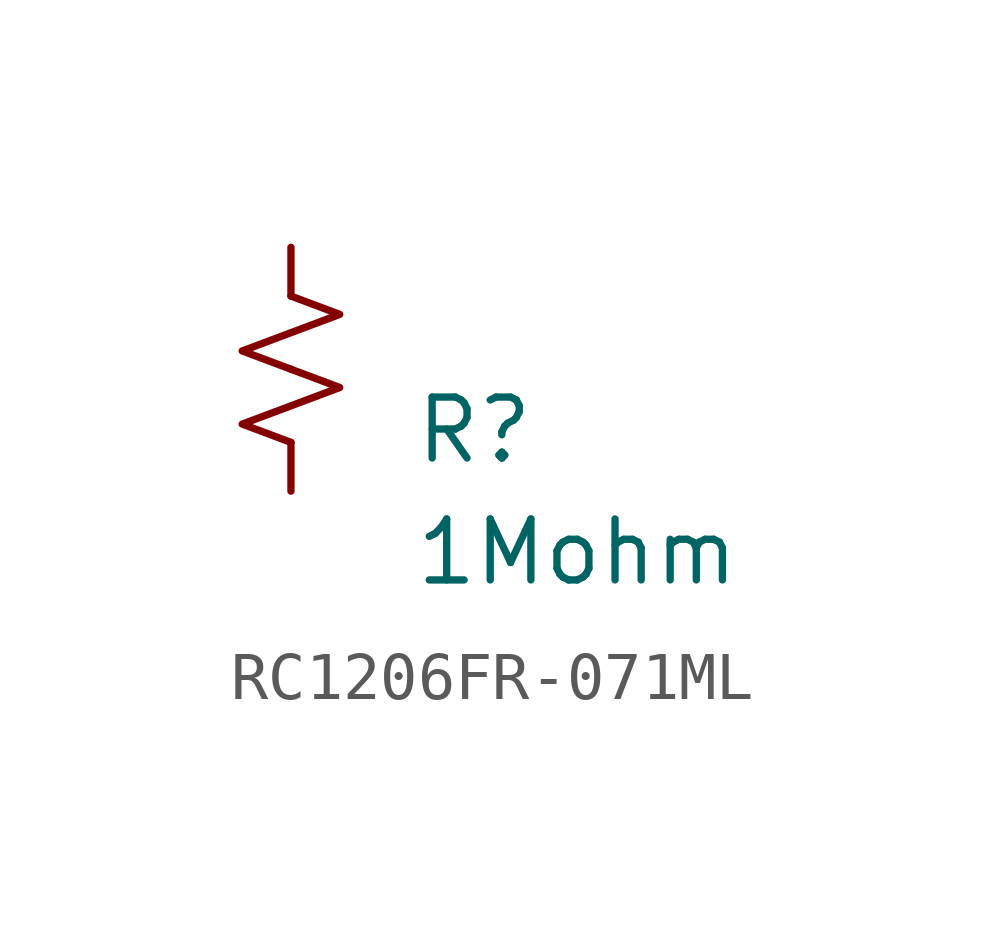
<source format=kicad_sym>
(kicad_symbol_lib
  (version 20210619)
  (generator kicad_symbol_editor)
  (symbol "RC1206FR-071ML"
    (pin_numbers hide)
    (pin_names
      (offset 0.254) hide)
    (property "Reference" "R"
      (at 2.54 -1.27 0)
      (effects (font (size 1.27 1.27)) (justify left)))
    (property "value" "1Mohm"
      (at 2.54 -3.81 0)
      (effects (font (size 1.27 1.27)) (justify left)))
    (symbol "RC1206FR-071ML_1_1"
      (polyline (pts (xy 0 0) (xy 1.016 -0.381) (xy 0 -0.762) (xy -1.016 -1.143) (xy 0 -1.524)) (stroke (width 0)) (fill (type none)))
      (polyline (pts (xy 0 1.524) (xy 1.016 1.143) (xy 0 0.762) (xy -1.016 0.381) (xy 0 0)) (stroke (width 0)) (fill (type none)))
      (pin passive line (at 0 2.54 270) (length 1.016) (name "~" (effects (font (size 1.27 1.27)))) (number "1" (effects (font (size 1.27 1.27)))))
      (pin passive line (at 0 -2.54 90) (length 1.016) (name "~" (effects (font (size 1.27 1.27)))) (number "2" (effects (font (size 1.27 1.27))))))))
</source>
